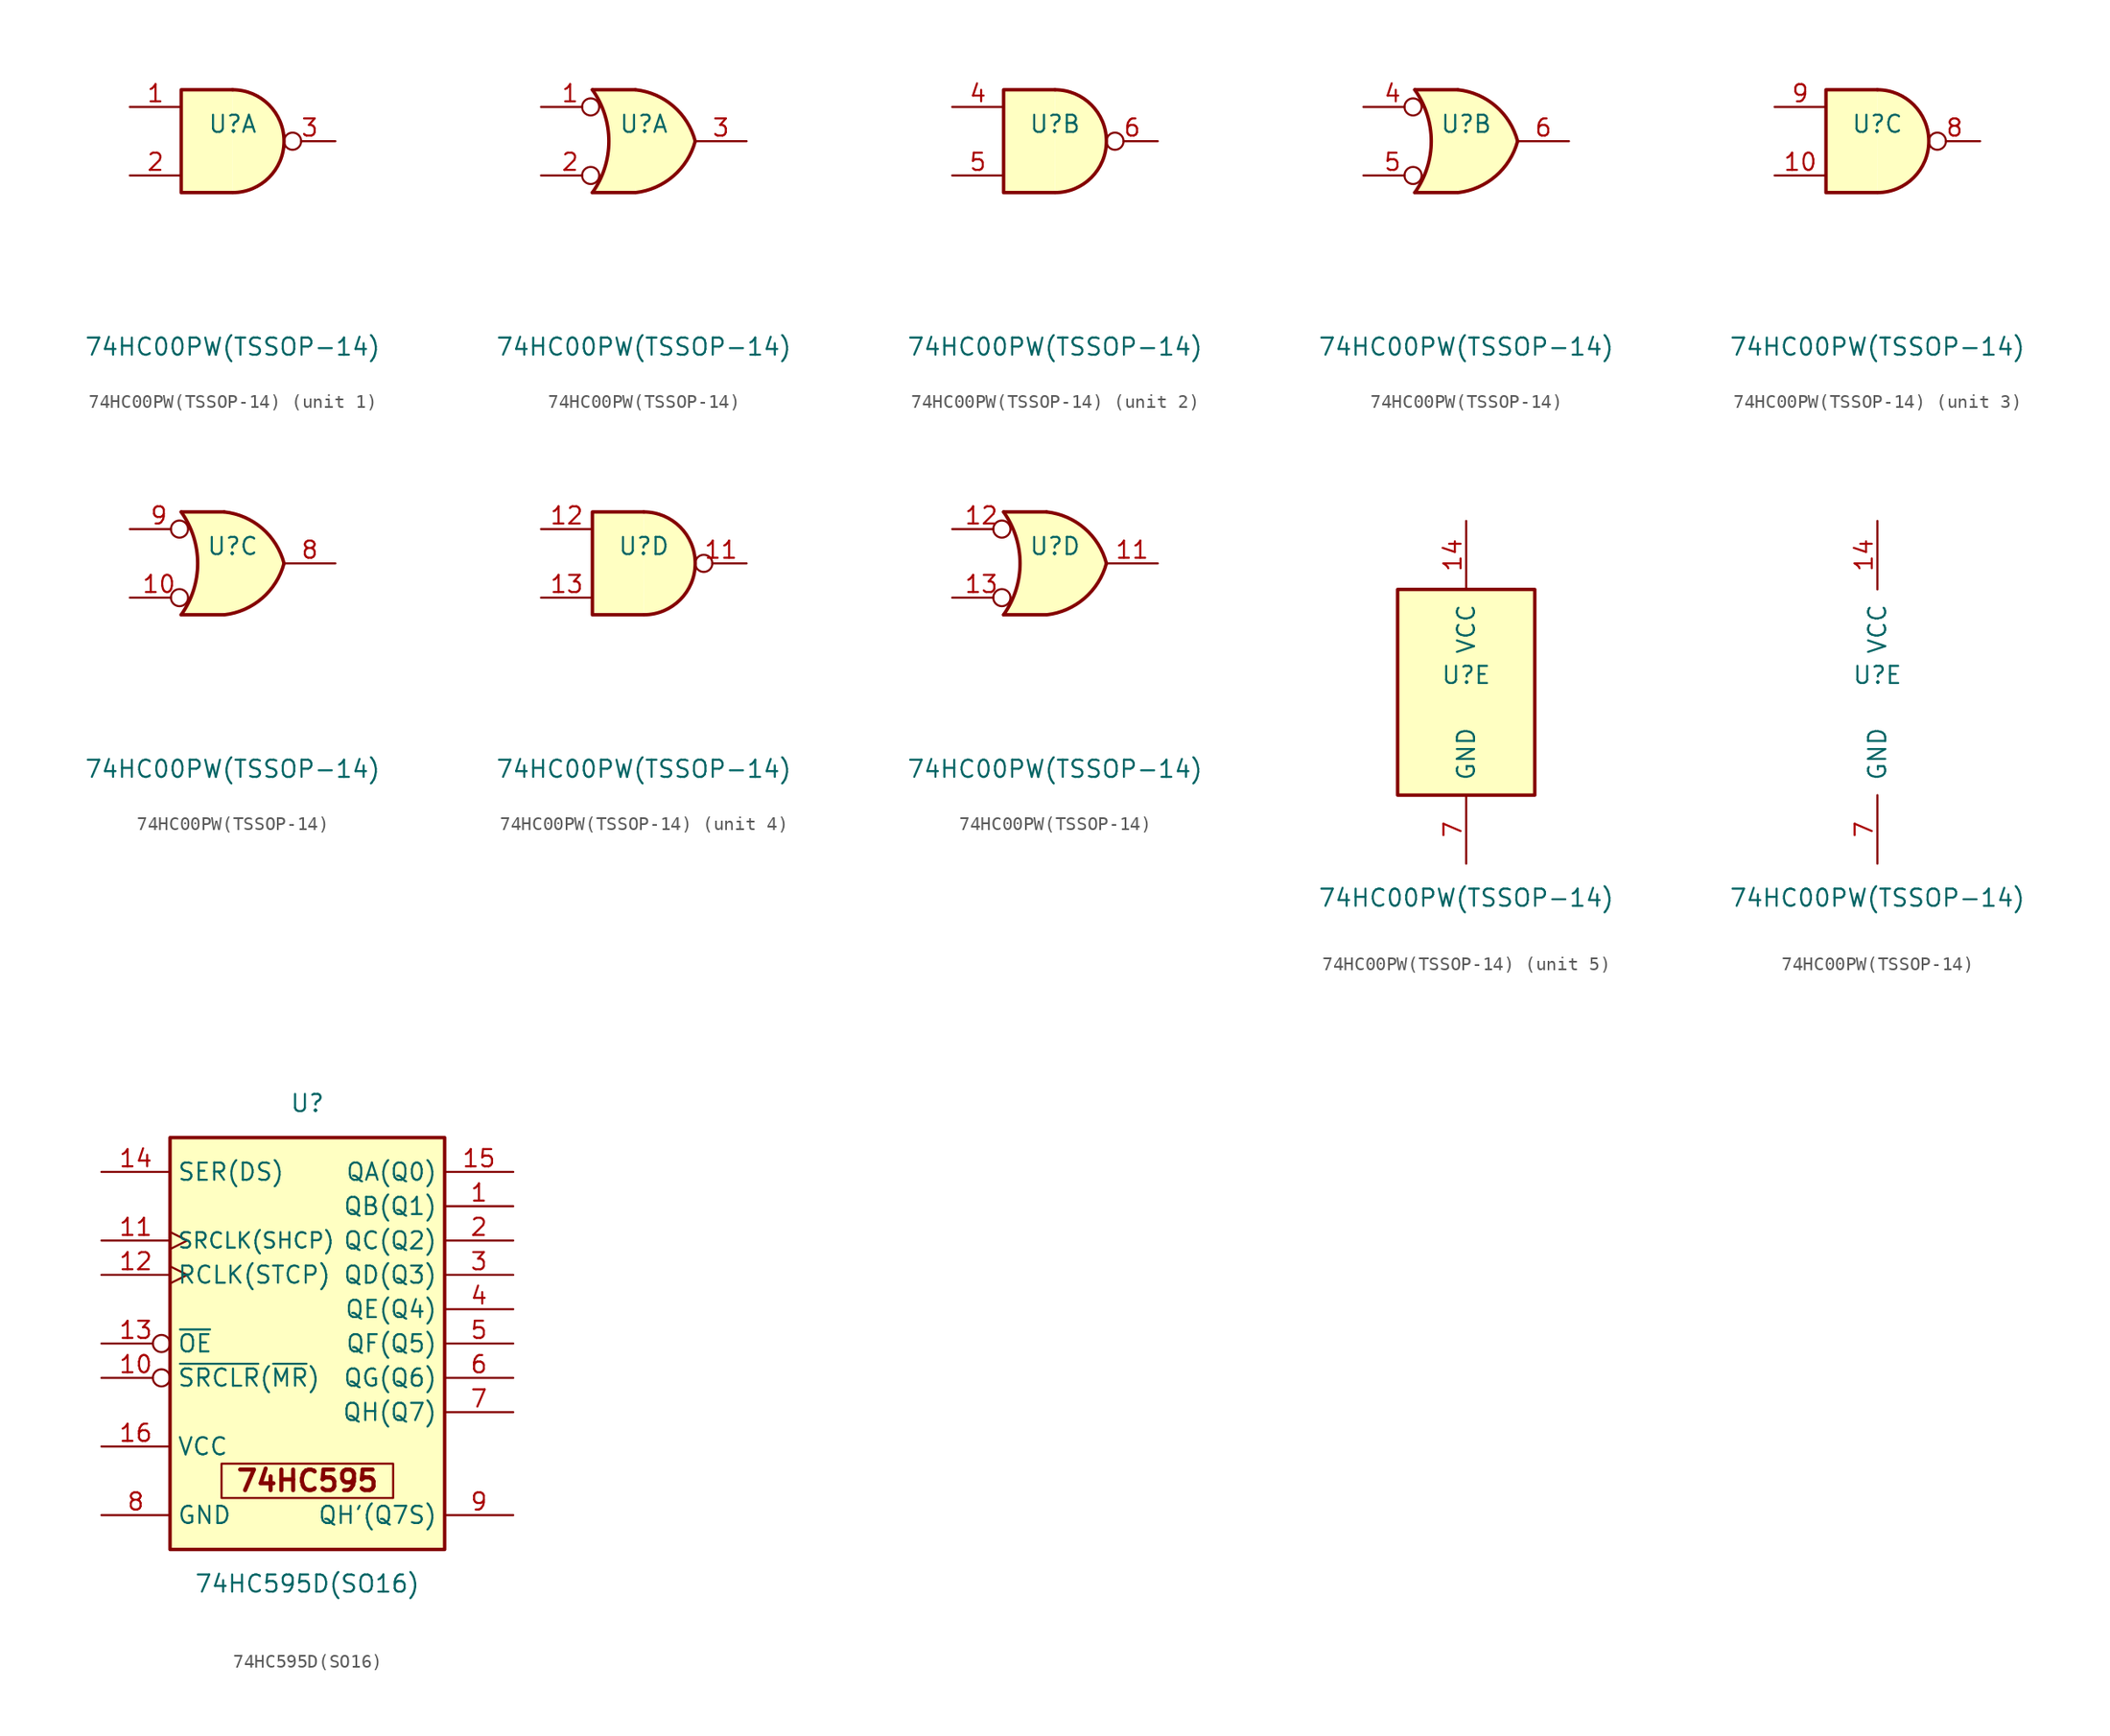
<source format=kicad_sym>
(kicad_symbol_lib
  (version 20220914)
  (generator kicad_symbol_editor)
  (symbol "74HC00PW(TSSOP-14)"
    (pin_names
      (offset 1.016))
    (property "Reference" "U"
      (at 0 1.27 0)
      (effects (font (size 1.27 1.27))))
    (property "Value" "74HC00PW(TSSOP-14)"
      (at 0 -15.24 0)
      (effects (font (size 1.27 1.27))))
    (property "ki_locked" ""
      (at 0 0 0)
      (effects (font (size 1.27 1.27))))
    (symbol "74HC00PW(TSSOP-14)_1_1"
      (arc (start 0 -3.81) (mid 3.7934 0) (end 0 3.81) (stroke (width 0.254) (type default)) (fill (type background)))
      (polyline (pts (xy 0 3.81) (xy -3.81 3.81) (xy -3.81 -3.81) (xy 0 -3.81)) (stroke (width 0.254) (type default)) (fill (type background)))
      (pin input line (at -7.62 2.54 0) (length 3.81) (name "~" (effects (font (size 1.27 1.27)))) (number "1" (effects (font (size 1.27 1.27)))))
      (pin input line (at -7.62 -2.54 0) (length 3.81) (name "~" (effects (font (size 1.27 1.27)))) (number "2" (effects (font (size 1.27 1.27)))))
      (pin output inverted (at 7.62 0 180) (length 3.81) (name "~" (effects (font (size 1.27 1.27)))) (number "3" (effects (font (size 1.27 1.27))))))
    (symbol "74HC00PW(TSSOP-14)_1_2"
      (arc (start -3.81 -3.81) (mid -2.589 0) (end -3.81 3.81) (stroke (width 0.254) (type default)) (fill (type none)))
      (arc (start -0.6096 -3.81) (mid 2.1842 -2.5851) (end 3.81 0) (stroke (width 0.254) (type default)) (fill (type background)))
      (polyline (pts (xy -3.81 -3.81) (xy -0.635 -3.81)) (stroke (width 0.254) (type default)) (fill (type background)))
      (polyline (pts (xy -3.81 3.81) (xy -0.635 3.81)) (stroke (width 0.254) (type default)) (fill (type background)))
      (polyline (pts (xy -0.635 3.81) (xy -3.81 3.81) (xy -3.81 3.81) (xy -3.556 3.404) (xy -3.023 2.261) (xy -2.692 1.041) (xy -2.616 -0.254) (xy -2.769 -1.499) (xy -3.175 -2.718) (xy -3.81 -3.81) (xy -3.81 -3.81) (xy -0.635 -3.81)) (stroke (width -25.4) (type default)) (fill (type background)))
      (arc (start 3.81 0) (mid 2.1915 2.5936) (end -0.6096 3.81) (stroke (width 0.254) (type default)) (fill (type background)))
      (pin input inverted (at -7.62 2.54 0) (length 4.318) (name "~" (effects (font (size 1.27 1.27)))) (number "1" (effects (font (size 1.27 1.27)))))
      (pin input inverted (at -7.62 -2.54 0) (length 4.318) (name "~" (effects (font (size 1.27 1.27)))) (number "2" (effects (font (size 1.27 1.27)))))
      (pin output line (at 7.62 0 180) (length 3.81) (name "~" (effects (font (size 1.27 1.27)))) (number "3" (effects (font (size 1.27 1.27))))))
    (symbol "74HC00PW(TSSOP-14)_2_1"
      (arc (start 0 -3.81) (mid 3.7934 0) (end 0 3.81) (stroke (width 0.254) (type default)) (fill (type background)))
      (polyline (pts (xy 0 3.81) (xy -3.81 3.81) (xy -3.81 -3.81) (xy 0 -3.81)) (stroke (width 0.254) (type default)) (fill (type background)))
      (pin input line (at -7.62 2.54 0) (length 3.81) (name "~" (effects (font (size 1.27 1.27)))) (number "4" (effects (font (size 1.27 1.27)))))
      (pin input line (at -7.62 -2.54 0) (length 3.81) (name "~" (effects (font (size 1.27 1.27)))) (number "5" (effects (font (size 1.27 1.27)))))
      (pin output inverted (at 7.62 0 180) (length 3.81) (name "~" (effects (font (size 1.27 1.27)))) (number "6" (effects (font (size 1.27 1.27))))))
    (symbol "74HC00PW(TSSOP-14)_2_2"
      (arc (start -3.81 -3.81) (mid -2.589 0) (end -3.81 3.81) (stroke (width 0.254) (type default)) (fill (type none)))
      (arc (start -0.6096 -3.81) (mid 2.1842 -2.5851) (end 3.81 0) (stroke (width 0.254) (type default)) (fill (type background)))
      (polyline (pts (xy -3.81 -3.81) (xy -0.635 -3.81)) (stroke (width 0.254) (type default)) (fill (type background)))
      (polyline (pts (xy -3.81 3.81) (xy -0.635 3.81)) (stroke (width 0.254) (type default)) (fill (type background)))
      (polyline (pts (xy -0.635 3.81) (xy -3.81 3.81) (xy -3.81 3.81) (xy -3.556 3.404) (xy -3.023 2.261) (xy -2.692 1.041) (xy -2.616 -0.254) (xy -2.769 -1.499) (xy -3.175 -2.718) (xy -3.81 -3.81) (xy -3.81 -3.81) (xy -0.635 -3.81)) (stroke (width -25.4) (type default)) (fill (type background)))
      (arc (start 3.81 0) (mid 2.1915 2.5936) (end -0.6096 3.81) (stroke (width 0.254) (type default)) (fill (type background)))
      (pin input inverted (at -7.62 2.54 0) (length 4.318) (name "~" (effects (font (size 1.27 1.27)))) (number "4" (effects (font (size 1.27 1.27)))))
      (pin input inverted (at -7.62 -2.54 0) (length 4.318) (name "~" (effects (font (size 1.27 1.27)))) (number "5" (effects (font (size 1.27 1.27)))))
      (pin output line (at 7.62 0 180) (length 3.81) (name "~" (effects (font (size 1.27 1.27)))) (number "6" (effects (font (size 1.27 1.27))))))
    (symbol "74HC00PW(TSSOP-14)_3_1"
      (arc (start 0 -3.81) (mid 3.7934 0) (end 0 3.81) (stroke (width 0.254) (type default)) (fill (type background)))
      (polyline (pts (xy 0 3.81) (xy -3.81 3.81) (xy -3.81 -3.81) (xy 0 -3.81)) (stroke (width 0.254) (type default)) (fill (type background)))
      (pin input line (at -7.62 -2.54 0) (length 3.81) (name "~" (effects (font (size 1.27 1.27)))) (number "10" (effects (font (size 1.27 1.27)))))
      (pin output inverted (at 7.62 0 180) (length 3.81) (name "~" (effects (font (size 1.27 1.27)))) (number "8" (effects (font (size 1.27 1.27)))))
      (pin input line (at -7.62 2.54 0) (length 3.81) (name "~" (effects (font (size 1.27 1.27)))) (number "9" (effects (font (size 1.27 1.27))))))
    (symbol "74HC00PW(TSSOP-14)_3_2"
      (arc (start -3.81 -3.81) (mid -2.589 0) (end -3.81 3.81) (stroke (width 0.254) (type default)) (fill (type none)))
      (arc (start -0.6096 -3.81) (mid 2.1842 -2.5851) (end 3.81 0) (stroke (width 0.254) (type default)) (fill (type background)))
      (polyline (pts (xy -3.81 -3.81) (xy -0.635 -3.81)) (stroke (width 0.254) (type default)) (fill (type background)))
      (polyline (pts (xy -3.81 3.81) (xy -0.635 3.81)) (stroke (width 0.254) (type default)) (fill (type background)))
      (polyline (pts (xy -0.635 3.81) (xy -3.81 3.81) (xy -3.81 3.81) (xy -3.556 3.404) (xy -3.023 2.261) (xy -2.692 1.041) (xy -2.616 -0.254) (xy -2.769 -1.499) (xy -3.175 -2.718) (xy -3.81 -3.81) (xy -3.81 -3.81) (xy -0.635 -3.81)) (stroke (width -25.4) (type default)) (fill (type background)))
      (arc (start 3.81 0) (mid 2.1915 2.5936) (end -0.6096 3.81) (stroke (width 0.254) (type default)) (fill (type background)))
      (pin input inverted (at -7.62 -2.54 0) (length 4.318) (name "~" (effects (font (size 1.27 1.27)))) (number "10" (effects (font (size 1.27 1.27)))))
      (pin output line (at 7.62 0 180) (length 3.81) (name "~" (effects (font (size 1.27 1.27)))) (number "8" (effects (font (size 1.27 1.27)))))
      (pin input inverted (at -7.62 2.54 0) (length 4.318) (name "~" (effects (font (size 1.27 1.27)))) (number "9" (effects (font (size 1.27 1.27))))))
    (symbol "74HC00PW(TSSOP-14)_4_1"
      (arc (start 0 -3.81) (mid 3.7934 0) (end 0 3.81) (stroke (width 0.254) (type default)) (fill (type background)))
      (polyline (pts (xy 0 3.81) (xy -3.81 3.81) (xy -3.81 -3.81) (xy 0 -3.81)) (stroke (width 0.254) (type default)) (fill (type background)))
      (pin output inverted (at 7.62 0 180) (length 3.81) (name "~" (effects (font (size 1.27 1.27)))) (number "11" (effects (font (size 1.27 1.27)))))
      (pin input line (at -7.62 2.54 0) (length 3.81) (name "~" (effects (font (size 1.27 1.27)))) (number "12" (effects (font (size 1.27 1.27)))))
      (pin input line (at -7.62 -2.54 0) (length 3.81) (name "~" (effects (font (size 1.27 1.27)))) (number "13" (effects (font (size 1.27 1.27))))))
    (symbol "74HC00PW(TSSOP-14)_4_2"
      (arc (start -3.81 -3.81) (mid -2.589 0) (end -3.81 3.81) (stroke (width 0.254) (type default)) (fill (type none)))
      (arc (start -0.6096 -3.81) (mid 2.1842 -2.5851) (end 3.81 0) (stroke (width 0.254) (type default)) (fill (type background)))
      (polyline (pts (xy -3.81 -3.81) (xy -0.635 -3.81)) (stroke (width 0.254) (type default)) (fill (type background)))
      (polyline (pts (xy -3.81 3.81) (xy -0.635 3.81)) (stroke (width 0.254) (type default)) (fill (type background)))
      (polyline (pts (xy -0.635 3.81) (xy -3.81 3.81) (xy -3.81 3.81) (xy -3.556 3.404) (xy -3.023 2.261) (xy -2.692 1.041) (xy -2.616 -0.254) (xy -2.769 -1.499) (xy -3.175 -2.718) (xy -3.81 -3.81) (xy -3.81 -3.81) (xy -0.635 -3.81)) (stroke (width -25.4) (type default)) (fill (type background)))
      (arc (start 3.81 0) (mid 2.1915 2.5936) (end -0.6096 3.81) (stroke (width 0.254) (type default)) (fill (type background)))
      (pin output line (at 7.62 0 180) (length 3.81) (name "~" (effects (font (size 1.27 1.27)))) (number "11" (effects (font (size 1.27 1.27)))))
      (pin input inverted (at -7.62 2.54 0) (length 4.318) (name "~" (effects (font (size 1.27 1.27)))) (number "12" (effects (font (size 1.27 1.27)))))
      (pin input inverted (at -7.62 -2.54 0) (length 4.318) (name "~" (effects (font (size 1.27 1.27)))) (number "13" (effects (font (size 1.27 1.27))))))
    (symbol "74HC00PW(TSSOP-14)_5_0"
      (pin power_in line (at 0 12.7 270) (length 5.08) (name "VCC" (effects (font (size 1.27 1.27)))) (number "14" (effects (font (size 1.27 1.27)))))
      (pin power_in line (at 0 -12.7 90) (length 5.08) (name "GND" (effects (font (size 1.27 1.27)))) (number "7" (effects (font (size 1.27 1.27))))))
    (symbol "74HC00PW(TSSOP-14)_5_1"
      (rectangle (start -5.08 7.62) (end 5.08 -7.62) (stroke (width 0.254) (type default)) (fill (type background)))))
  (symbol "74HC595D(SO16)"
    (property "Reference" "U"
      (at 0 17.78 0)
      (effects (font (size 1.27 1.27))))
    (property "Value" "74HC595D(SO16)"
      (at 0 -17.78 0)
      (effects (font (size 1.27 1.27))))
    (symbol "74HC595D(SO16)_1_0"
      (pin tri_state line (at 15.24 10.16 180) (length 5.08) (name "QB(Q1)" (effects (font (size 1.27 1.27)))) (number "1" (effects (font (size 1.27 1.27)))))
      (pin input inverted (at -15.24 -2.54 0) (length 5.08) (name "~{SRCLR}(~{MR})" (effects (font (size 1.27 1.27)))) (number "10" (effects (font (size 1.27 1.27)))))
      (pin input clock (at -15.24 7.62 0) (length 5.08) (name "SRCLK(SHCP)" (effects (font (size 1.143 1.143)))) (number "11" (effects (font (size 1.27 1.27)))))
      (pin input clock (at -15.24 5.08 0) (length 5.08) (name "RCLK(STCP)" (effects (font (size 1.27 1.27)))) (number "12" (effects (font (size 1.27 1.27)))))
      (pin input inverted (at -15.24 0 0) (length 5.08) (name "~{OE}" (effects (font (size 1.27 1.27)))) (number "13" (effects (font (size 1.27 1.27)))))
      (pin input line (at -15.24 12.7 0) (length 5.08) (name "SER(DS)" (effects (font (size 1.27 1.27)))) (number "14" (effects (font (size 1.27 1.27)))))
      (pin tri_state line (at 15.24 12.7 180) (length 5.08) (name "QA(Q0)" (effects (font (size 1.27 1.27)))) (number "15" (effects (font (size 1.27 1.27)))))
      (pin power_in line (at -15.24 -7.62 0) (length 5.08) (name "VCC" (effects (font (size 1.27 1.27)))) (number "16" (effects (font (size 1.27 1.27)))))
      (pin tri_state line (at 15.24 7.62 180) (length 5.08) (name "QC(Q2)" (effects (font (size 1.27 1.27)))) (number "2" (effects (font (size 1.27 1.27)))))
      (pin tri_state line (at 15.24 5.08 180) (length 5.08) (name "QD(Q3)" (effects (font (size 1.27 1.27)))) (number "3" (effects (font (size 1.27 1.27)))))
      (pin tri_state line (at 15.24 2.54 180) (length 5.08) (name "QE(Q4)" (effects (font (size 1.27 1.27)))) (number "4" (effects (font (size 1.27 1.27)))))
      (pin tri_state line (at 15.24 0 180) (length 5.08) (name "QF(Q5)" (effects (font (size 1.27 1.27)))) (number "5" (effects (font (size 1.27 1.27)))))
      (pin tri_state line (at 15.24 -2.54 180) (length 5.08) (name "QG(Q6)" (effects (font (size 1.27 1.27)))) (number "6" (effects (font (size 1.27 1.27)))))
      (pin tri_state line (at 15.24 -5.08 180) (length 5.08) (name "QH(Q7)" (effects (font (size 1.27 1.27)))) (number "7" (effects (font (size 1.27 1.27)))))
      (pin power_in line (at -15.24 -12.7 0) (length 5.08) (name "GND" (effects (font (size 1.27 1.27)))) (number "8" (effects (font (size 1.27 1.27)))))
      (pin output line (at 15.24 -12.7 180) (length 5.08) (name "QH'(Q7S)" (effects (font (size 1.27 1.27)))) (number "9" (effects (font (size 1.27 1.27))))))
    (symbol "74HC595D(SO16)_1_1"
      (rectangle (start -10.16 15.24) (end 10.16 -15.24) (stroke (width 0.254) (type default)) (fill (type background)))
      (rectangle (start -6.35 -8.89) (end 6.35 -11.43) (stroke (width 0) (type default)) (fill (type none)))
      (text "74HC595" (at 0 -10.16 0) (effects (font (size 1.524 1.524) bold))))))
</source>
